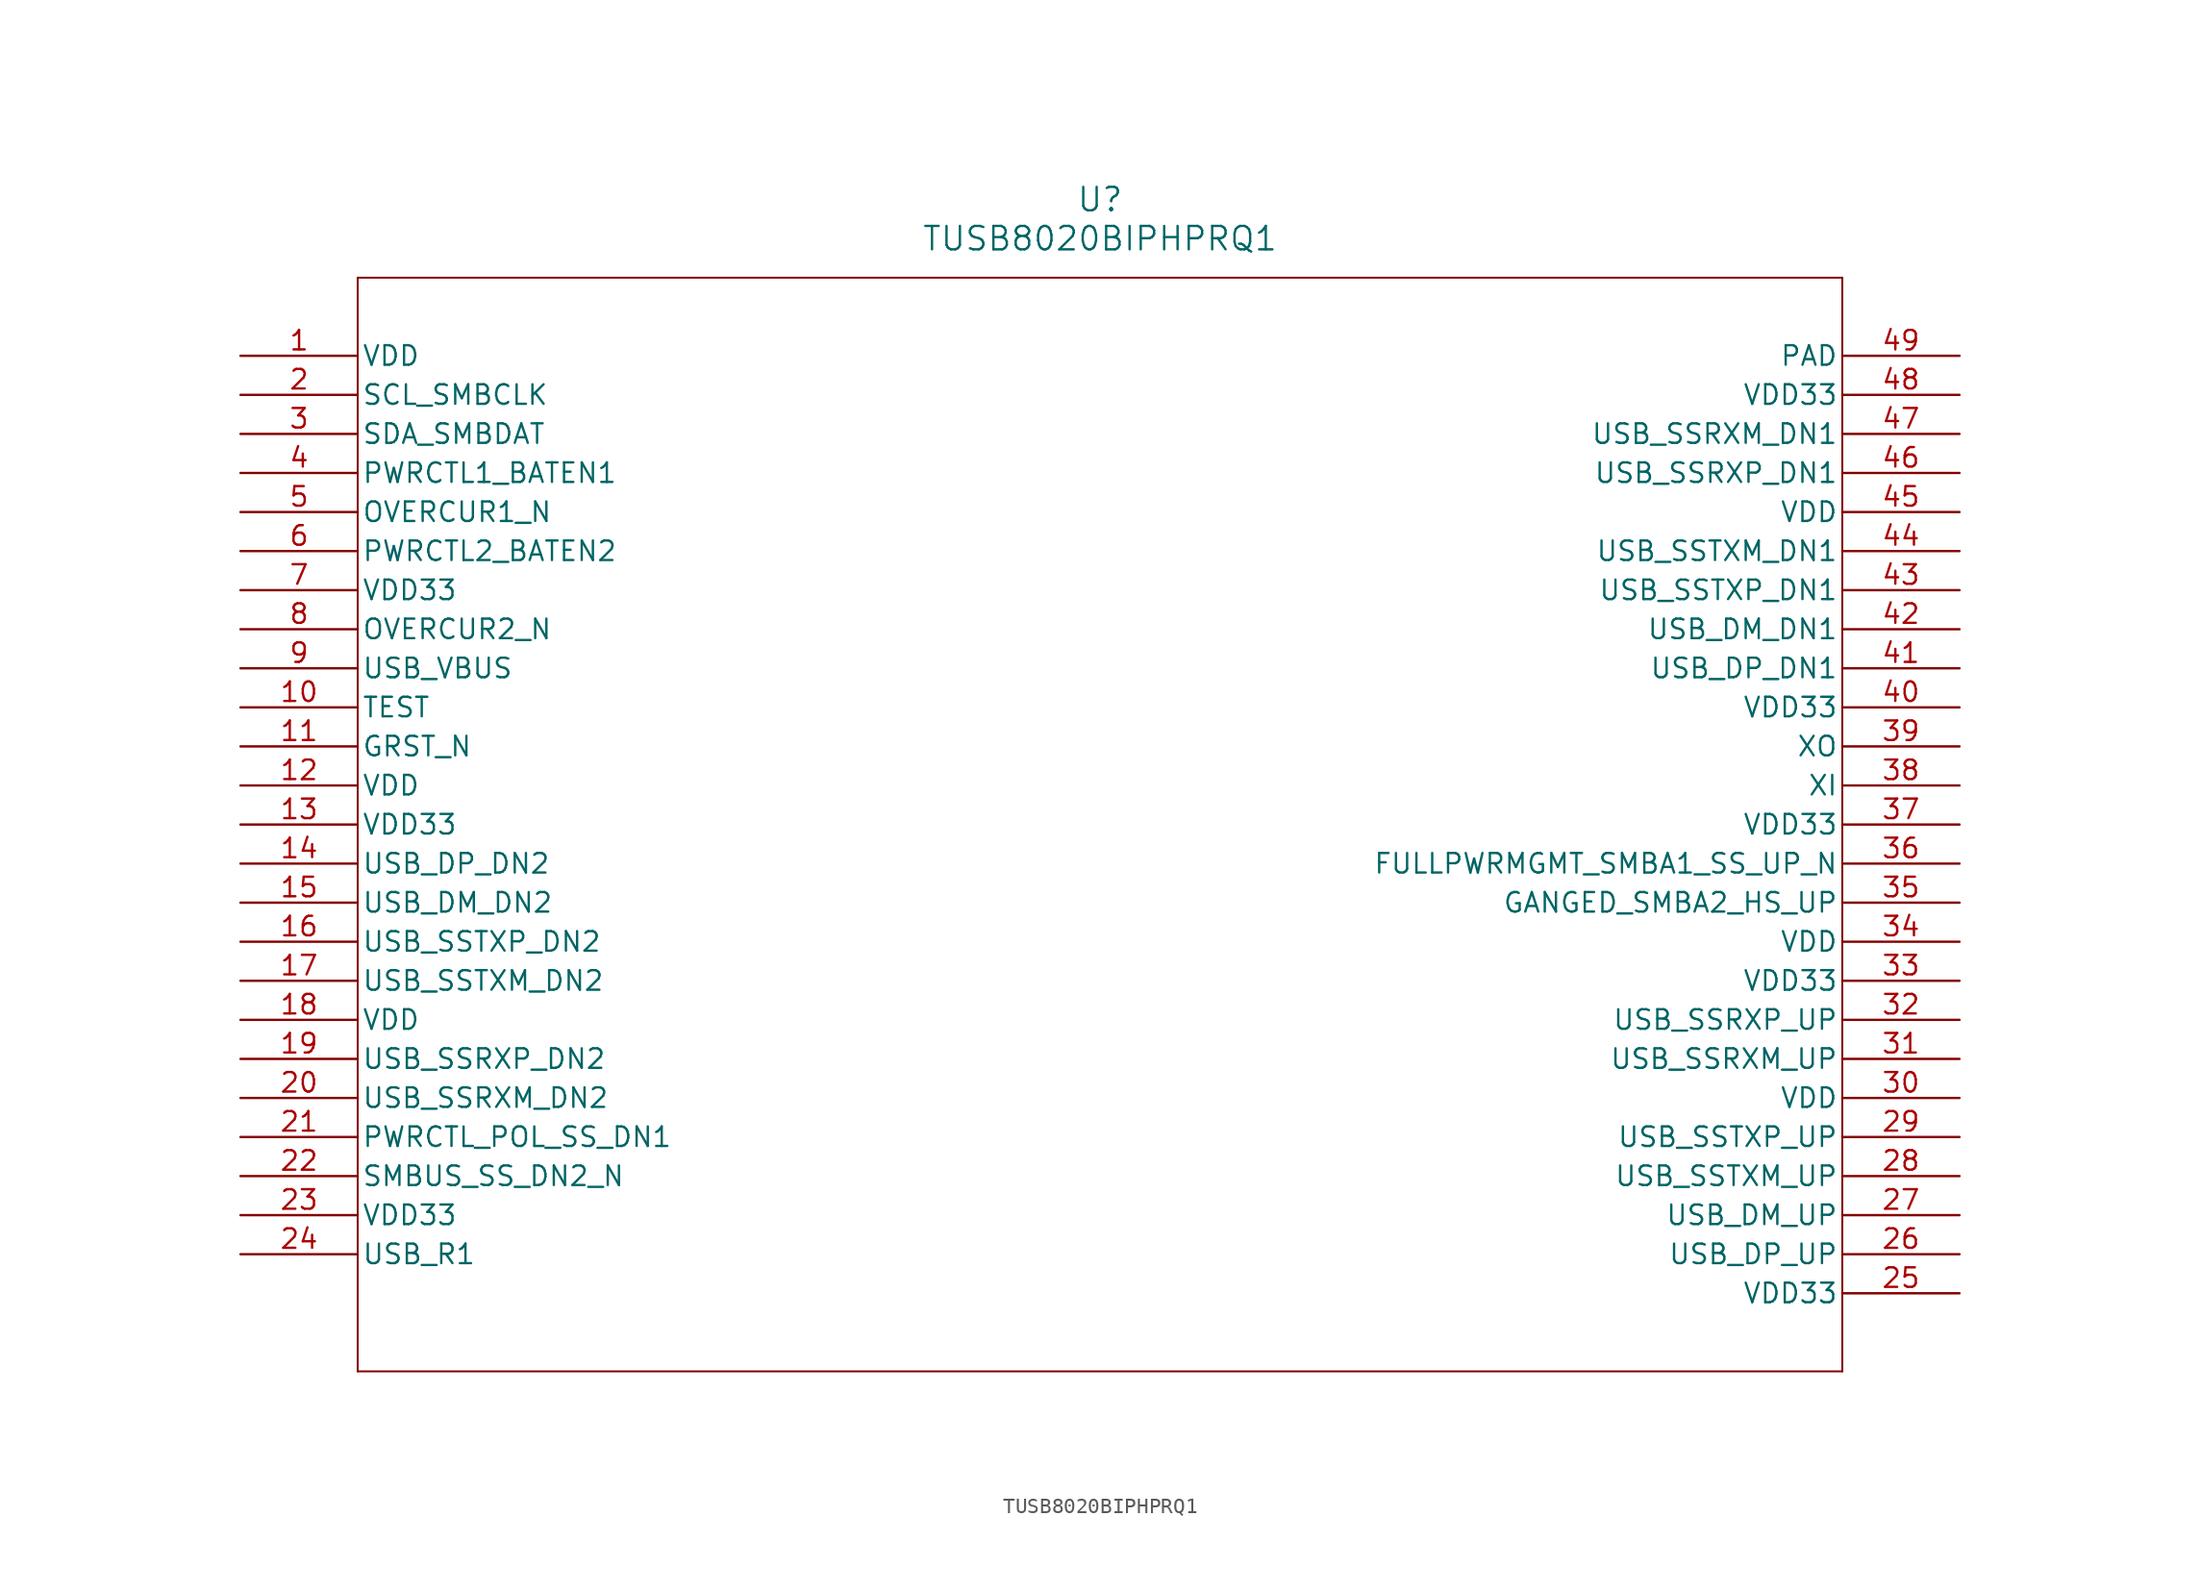
<source format=kicad_sym>
(kicad_symbol_lib
  (version 20211014)
  (generator kicad_symbol_editor)
  (symbol "TUSB8020BIPHPRQ1"
    (pin_names
      (offset 0.254))
    (property "Reference" "U"
      (at 55.88 10.16 0)
      (effects (font (size 1.524 1.524))))
    (property "Value" "TUSB8020BIPHPRQ1"
      (at 55.88 7.62 0)
      (effects (font (size 1.524 1.524))))
    (symbol "TUSB8020BIPHPRQ1_0_1"
      (polyline (pts (xy 7.62 5.08) (xy 7.62 -66.04)) (stroke (width 0.127) (type default) (color 0 0 0 0)) (fill (type none)))
      (polyline (pts (xy 7.62 -66.04) (xy 104.14 -66.04)) (stroke (width 0.127) (type default) (color 0 0 0 0)) (fill (type none)))
      (polyline (pts (xy 104.14 -66.04) (xy 104.14 5.08)) (stroke (width 0.127) (type default) (color 0 0 0 0)) (fill (type none)))
      (polyline (pts (xy 104.14 5.08) (xy 7.62 5.08)) (stroke (width 0.127) (type default) (color 0 0 0 0)) (fill (type none)))
      (pin power_in line (at 0 0 0) (length 7.62) (name "VDD" (effects (font (size 1.27 1.27)))) (number "1" (effects (font (size 1.27 1.27)))))
      (pin bidirectional line (at 0 -2.54 0) (length 7.62) (name "SCL_SMBCLK" (effects (font (size 1.27 1.27)))) (number "2" (effects (font (size 1.27 1.27)))))
      (pin bidirectional line (at 0 -5.08 0) (length 7.62) (name "SDA_SMBDAT" (effects (font (size 1.27 1.27)))) (number "3" (effects (font (size 1.27 1.27)))))
      (pin bidirectional line (at 0 -7.62 0) (length 7.62) (name "PWRCTL1_BATEN1" (effects (font (size 1.27 1.27)))) (number "4" (effects (font (size 1.27 1.27)))))
      (pin input line (at 0 -10.16 0) (length 7.62) (name "OVERCUR1_N" (effects (font (size 1.27 1.27)))) (number "5" (effects (font (size 1.27 1.27)))))
      (pin bidirectional line (at 0 -12.7 0) (length 7.62) (name "PWRCTL2_BATEN2" (effects (font (size 1.27 1.27)))) (number "6" (effects (font (size 1.27 1.27)))))
      (pin power_in line (at 0 -15.24 0) (length 7.62) (name "VDD33" (effects (font (size 1.27 1.27)))) (number "7" (effects (font (size 1.27 1.27)))))
      (pin input line (at 0 -17.78 0) (length 7.62) (name "OVERCUR2_N" (effects (font (size 1.27 1.27)))) (number "8" (effects (font (size 1.27 1.27)))))
      (pin input line (at 0 -20.32 0) (length 7.62) (name "USB_VBUS" (effects (font (size 1.27 1.27)))) (number "9" (effects (font (size 1.27 1.27)))))
      (pin input line (at 0 -22.86 0) (length 7.62) (name "TEST" (effects (font (size 1.27 1.27)))) (number "10" (effects (font (size 1.27 1.27)))))
      (pin input line (at 0 -25.4 0) (length 7.62) (name "GRST_N" (effects (font (size 1.27 1.27)))) (number "11" (effects (font (size 1.27 1.27)))))
      (pin power_in line (at 0 -27.94 0) (length 7.62) (name "VDD" (effects (font (size 1.27 1.27)))) (number "12" (effects (font (size 1.27 1.27)))))
      (pin power_in line (at 0 -30.48 0) (length 7.62) (name "VDD33" (effects (font (size 1.27 1.27)))) (number "13" (effects (font (size 1.27 1.27)))))
      (pin bidirectional line (at 0 -33.02 0) (length 7.62) (name "USB_DP_DN2" (effects (font (size 1.27 1.27)))) (number "14" (effects (font (size 1.27 1.27)))))
      (pin bidirectional line (at 0 -35.56 0) (length 7.62) (name "USB_DM_DN2" (effects (font (size 1.27 1.27)))) (number "15" (effects (font (size 1.27 1.27)))))
      (pin output line (at 0 -38.1 0) (length 7.62) (name "USB_SSTXP_DN2" (effects (font (size 1.27 1.27)))) (number "16" (effects (font (size 1.27 1.27)))))
      (pin output line (at 0 -40.64 0) (length 7.62) (name "USB_SSTXM_DN2" (effects (font (size 1.27 1.27)))) (number "17" (effects (font (size 1.27 1.27)))))
      (pin power_in line (at 0 -43.18 0) (length 7.62) (name "VDD" (effects (font (size 1.27 1.27)))) (number "18" (effects (font (size 1.27 1.27)))))
      (pin input line (at 0 -45.72 0) (length 7.62) (name "USB_SSRXP_DN2" (effects (font (size 1.27 1.27)))) (number "19" (effects (font (size 1.27 1.27)))))
      (pin input line (at 0 -48.26 0) (length 7.62) (name "USB_SSRXM_DN2" (effects (font (size 1.27 1.27)))) (number "20" (effects (font (size 1.27 1.27)))))
      (pin bidirectional line (at 0 -50.8 0) (length 7.62) (name "PWRCTL_POL_SS_DN1" (effects (font (size 1.27 1.27)))) (number "21" (effects (font (size 1.27 1.27)))))
      (pin input line (at 0 -53.34 0) (length 7.62) (name "SMBUS_SS_DN2_N" (effects (font (size 1.27 1.27)))) (number "22" (effects (font (size 1.27 1.27)))))
      (pin power_in line (at 0 -55.88 0) (length 7.62) (name "VDD33" (effects (font (size 1.27 1.27)))) (number "23" (effects (font (size 1.27 1.27)))))
      (pin unspecified line (at 0 -58.42 0) (length 7.62) (name "USB_R1" (effects (font (size 1.27 1.27)))) (number "24" (effects (font (size 1.27 1.27)))))
      (pin power_in line (at 111.76 -60.96 180) (length 7.62) (name "VDD33" (effects (font (size 1.27 1.27)))) (number "25" (effects (font (size 1.27 1.27)))))
      (pin bidirectional line (at 111.76 -58.42 180) (length 7.62) (name "USB_DP_UP" (effects (font (size 1.27 1.27)))) (number "26" (effects (font (size 1.27 1.27)))))
      (pin bidirectional line (at 111.76 -55.88 180) (length 7.62) (name "USB_DM_UP" (effects (font (size 1.27 1.27)))) (number "27" (effects (font (size 1.27 1.27)))))
      (pin output line (at 111.76 -53.34 180) (length 7.62) (name "USB_SSTXM_UP" (effects (font (size 1.27 1.27)))) (number "28" (effects (font (size 1.27 1.27)))))
      (pin output line (at 111.76 -50.8 180) (length 7.62) (name "USB_SSTXP_UP" (effects (font (size 1.27 1.27)))) (number "29" (effects (font (size 1.27 1.27)))))
      (pin power_in line (at 111.76 -48.26 180) (length 7.62) (name "VDD" (effects (font (size 1.27 1.27)))) (number "30" (effects (font (size 1.27 1.27)))))
      (pin input line (at 111.76 -45.72 180) (length 7.62) (name "USB_SSRXM_UP" (effects (font (size 1.27 1.27)))) (number "31" (effects (font (size 1.27 1.27)))))
      (pin input line (at 111.76 -43.18 180) (length 7.62) (name "USB_SSRXP_UP" (effects (font (size 1.27 1.27)))) (number "32" (effects (font (size 1.27 1.27)))))
      (pin power_in line (at 111.76 -40.64 180) (length 7.62) (name "VDD33" (effects (font (size 1.27 1.27)))) (number "33" (effects (font (size 1.27 1.27)))))
      (pin power_in line (at 111.76 -38.1 180) (length 7.62) (name "VDD" (effects (font (size 1.27 1.27)))) (number "34" (effects (font (size 1.27 1.27)))))
      (pin input line (at 111.76 -35.56 180) (length 7.62) (name "GANGED_SMBA2_HS_UP" (effects (font (size 1.27 1.27)))) (number "35" (effects (font (size 1.27 1.27)))))
      (pin input line (at 111.76 -33.02 180) (length 7.62) (name "FULLPWRMGMT_SMBA1_SS_UP_N" (effects (font (size 1.27 1.27)))) (number "36" (effects (font (size 1.27 1.27)))))
      (pin power_in line (at 111.76 -30.48 180) (length 7.62) (name "VDD33" (effects (font (size 1.27 1.27)))) (number "37" (effects (font (size 1.27 1.27)))))
      (pin unspecified line (at 111.76 -27.94 180) (length 7.62) (name "XI" (effects (font (size 1.27 1.27)))) (number "38" (effects (font (size 1.27 1.27)))))
      (pin unspecified line (at 111.76 -25.4 180) (length 7.62) (name "XO" (effects (font (size 1.27 1.27)))) (number "39" (effects (font (size 1.27 1.27)))))
      (pin power_in line (at 111.76 -22.86 180) (length 7.62) (name "VDD33" (effects (font (size 1.27 1.27)))) (number "40" (effects (font (size 1.27 1.27)))))
      (pin bidirectional line (at 111.76 -20.32 180) (length 7.62) (name "USB_DP_DN1" (effects (font (size 1.27 1.27)))) (number "41" (effects (font (size 1.27 1.27)))))
      (pin bidirectional line (at 111.76 -17.78 180) (length 7.62) (name "USB_DM_DN1" (effects (font (size 1.27 1.27)))) (number "42" (effects (font (size 1.27 1.27)))))
      (pin output line (at 111.76 -15.24 180) (length 7.62) (name "USB_SSTXP_DN1" (effects (font (size 1.27 1.27)))) (number "43" (effects (font (size 1.27 1.27)))))
      (pin output line (at 111.76 -12.7 180) (length 7.62) (name "USB_SSTXM_DN1" (effects (font (size 1.27 1.27)))) (number "44" (effects (font (size 1.27 1.27)))))
      (pin power_in line (at 111.76 -10.16 180) (length 7.62) (name "VDD" (effects (font (size 1.27 1.27)))) (number "45" (effects (font (size 1.27 1.27)))))
      (pin input line (at 111.76 -7.62 180) (length 7.62) (name "USB_SSRXP_DN1" (effects (font (size 1.27 1.27)))) (number "46" (effects (font (size 1.27 1.27)))))
      (pin input line (at 111.76 -5.08 180) (length 7.62) (name "USB_SSRXM_DN1" (effects (font (size 1.27 1.27)))) (number "47" (effects (font (size 1.27 1.27)))))
      (pin power_in line (at 111.76 -2.54 180) (length 7.62) (name "VDD33" (effects (font (size 1.27 1.27)))) (number "48" (effects (font (size 1.27 1.27)))))
      (pin unspecified line (at 111.76 0 180) (length 7.62) (name "PAD" (effects (font (size 1.27 1.27)))) (number "49" (effects (font (size 1.27 1.27))))))))
</source>
